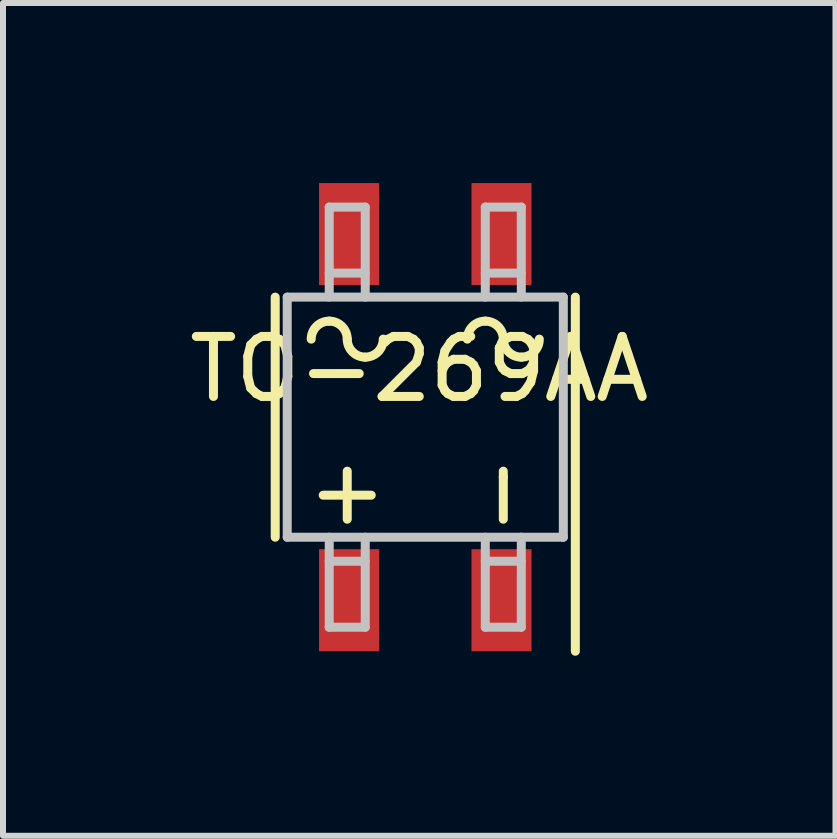
<source format=kicad_pcb>
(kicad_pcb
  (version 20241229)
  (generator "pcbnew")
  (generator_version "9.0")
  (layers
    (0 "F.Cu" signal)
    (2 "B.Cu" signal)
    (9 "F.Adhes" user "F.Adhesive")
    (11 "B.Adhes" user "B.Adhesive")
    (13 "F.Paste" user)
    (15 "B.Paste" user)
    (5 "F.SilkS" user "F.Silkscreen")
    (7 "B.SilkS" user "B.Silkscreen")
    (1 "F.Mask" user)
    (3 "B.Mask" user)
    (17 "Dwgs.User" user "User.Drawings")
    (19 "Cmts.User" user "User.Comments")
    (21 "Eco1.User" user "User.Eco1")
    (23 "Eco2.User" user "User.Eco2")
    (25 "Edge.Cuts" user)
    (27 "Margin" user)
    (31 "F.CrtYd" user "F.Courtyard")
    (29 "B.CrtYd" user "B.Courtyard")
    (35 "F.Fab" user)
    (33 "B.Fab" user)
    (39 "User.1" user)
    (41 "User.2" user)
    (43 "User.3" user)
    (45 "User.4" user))
  (footprint "TO-269AA"
    (layer "F.Cu")
    (at 4.035 3.9)
    (property "Reference" "TO-269AA" (at -0.1 -0.8 0) (layer "F.SilkS") (effects (font (size 1 1) (thickness 0.15))))
    (attr through_hole)
    (fp_line (start -2.5 2) (end -2.5 -2) (stroke (width 0.15) (type solid)) (layer "F.SilkS"))
    (fp_line (start -1.3 1.7) (end -1.3 0.9) (stroke (width 0.15) (type solid)) (layer "F.SilkS"))
    (fp_line (start -0.9 1.3) (end -1.7 1.3) (stroke (width 0.15) (type solid)) (layer "F.SilkS"))
    (fp_line (start 1.3 1) (end 1.3 0.9) (stroke (width 0.15) (type solid)) (layer "F.SilkS"))
    (fp_line (start 1.3 1.7) (end 1.3 1) (stroke (width 0.15) (type solid)) (layer "F.SilkS"))
    (fp_line (start 2.5 -2) (end 2.5 3.9) (stroke (width 0.15) (type solid)) (layer "F.SilkS"))
    (fp_arc (start -1.9 -1.3) (mid -1.812132 -1.512132) (end -1.6 -1.6) (stroke (width 0.15) (type solid)) (layer "F.SilkS"))
    (fp_arc (start -1.6 -1.6) (mid -1.387868 -1.512132) (end -1.3 -1.3) (stroke (width 0.15) (type solid)) (layer "F.SilkS"))
    (fp_arc (start -1 -1) (mid -1.212132 -1.087868) (end -1.3 -1.3) (stroke (width 0.15) (type solid)) (layer "F.SilkS"))
    (fp_arc (start -0.7 -1.3) (mid -0.787868 -1.087868) (end -1 -1) (stroke (width 0.15) (type solid)) (layer "F.SilkS"))
    (fp_arc (start 0.7 -1.3) (mid 0.787868 -1.512132) (end 1 -1.6) (stroke (width 0.15) (type solid)) (layer "F.SilkS"))
    (fp_arc (start 1 -1.6) (mid 1.212132 -1.512132) (end 1.3 -1.3) (stroke (width 0.15) (type solid)) (layer "F.SilkS"))
    (fp_arc (start 1.6 -1) (mid 1.387868 -1.087868) (end 1.3 -1.3) (stroke (width 0.15) (type solid)) (layer "F.SilkS"))
    (fp_arc (start 1.9 -1.3) (mid 1.812132 -1.087868) (end 1.6 -1) (stroke (width 0.15) (type solid)) (layer "F.SilkS"))
    (fp_line (start -2.3 -2) (end 2.3 -2) (stroke (width 0.15) (type solid)) (layer "Dwgs.User"))
    (fp_line (start -2.3 2) (end -2.3 -2) (stroke (width 0.15) (type solid)) (layer "Dwgs.User"))
    (fp_line (start -1.6 -3.5) (end -1 -3.5) (stroke (width 0.15) (type solid)) (layer "Dwgs.User"))
    (fp_line (start -1.6 -2) (end -1.6 -3.5) (stroke (width 0.15) (type solid)) (layer "Dwgs.User"))
    (fp_line (start -1.6 3.5) (end -1.6 2) (stroke (width 0.15) (type solid)) (layer "Dwgs.User"))
    (fp_line (start -1 -3.5) (end -1 -2) (stroke (width 0.15) (type solid)) (layer "Dwgs.User"))
    (fp_line (start -1 -2.4) (end -1.6 -2.4) (stroke (width 0.15) (type solid)) (layer "Dwgs.User"))
    (fp_line (start -1 2) (end -1 3.5) (stroke (width 0.15) (type solid)) (layer "Dwgs.User"))
    (fp_line (start -1 2.4) (end -1.6 2.4) (stroke (width 0.15) (type solid)) (layer "Dwgs.User"))
    (fp_line (start -1 3.5) (end -1.6 3.5) (stroke (width 0.15) (type solid)) (layer "Dwgs.User"))
    (fp_line (start 1 -3.5) (end 1.6 -3.5) (stroke (width 0.15) (type solid)) (layer "Dwgs.User"))
    (fp_line (start 1 -2.4) (end 1.6 -2.4) (stroke (width 0.15) (type solid)) (layer "Dwgs.User"))
    (fp_line (start 1 -2) (end 1 -3.5) (stroke (width 0.15) (type solid)) (layer "Dwgs.User"))
    (fp_line (start 1 2) (end 1 3.5) (stroke (width 0.15) (type solid)) (layer "Dwgs.User"))
    (fp_line (start 1 3.5) (end 1.6 3.5) (stroke (width 0.15) (type solid)) (layer "Dwgs.User"))
    (fp_line (start 1.6 -3.5) (end 1.6 -2) (stroke (width 0.15) (type solid)) (layer "Dwgs.User"))
    (fp_line (start 1.6 2.4) (end 1 2.4) (stroke (width 0.15) (type solid)) (layer "Dwgs.User"))
    (fp_line (start 1.6 3.5) (end 1.6 2) (stroke (width 0.15) (type solid)) (layer "Dwgs.User"))
    (fp_line (start 2.3 -2) (end 2.3 2) (stroke (width 0.15) (type solid)) (layer "Dwgs.User"))
    (fp_line (start 2.3 2) (end -2.3 2) (stroke (width 0.15) (type solid)) (layer "Dwgs.User"))
    (pad "1" smd rect (at 1.27 3.05) (size 1 1.7) (layers "F.Cu" "F.Mask" "F.Paste"))
    (pad "2" smd rect (at 1.27 -3.05) (size 1 1.7) (layers "F.Cu" "F.Mask" "F.Paste"))
    (pad "3" smd rect (at -1.27 -3.05) (size 1 1.7) (layers "F.Cu" "F.Mask" "F.Paste"))
    (pad "4" smd rect (at -1.27 3.05) (size 1 1.7) (layers "F.Cu" "F.Mask" "F.Paste")))
  (gr_rect
    (start -3 -3)
    (end 10.869 10.875)
    (stroke (width 0.1) (type default))
    (fill no)
    (layer "Edge.Cuts")))
</source>
